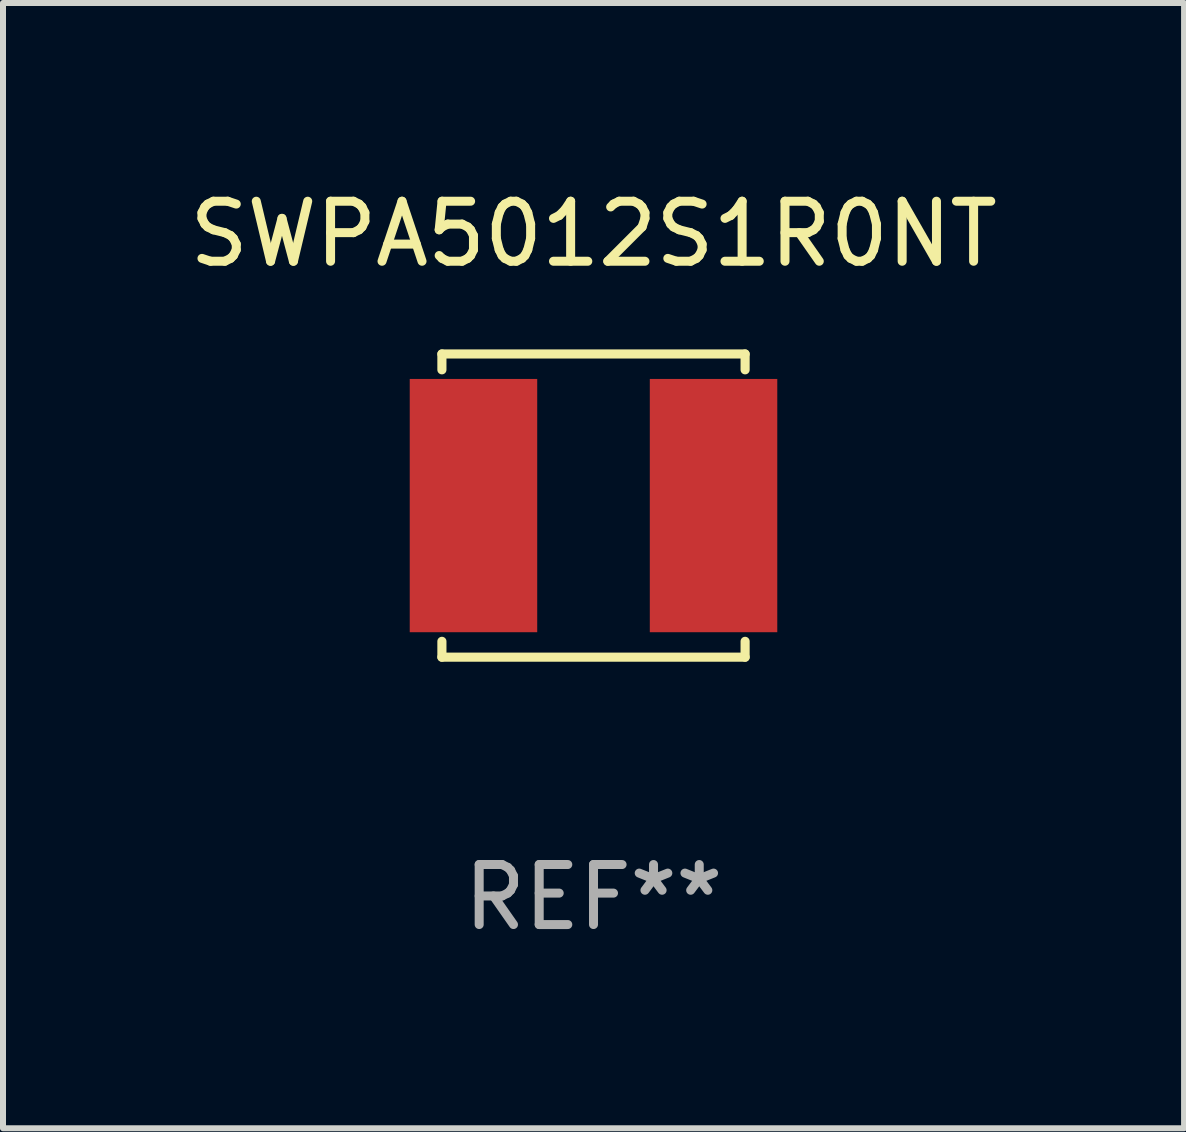
<source format=kicad_pcb>
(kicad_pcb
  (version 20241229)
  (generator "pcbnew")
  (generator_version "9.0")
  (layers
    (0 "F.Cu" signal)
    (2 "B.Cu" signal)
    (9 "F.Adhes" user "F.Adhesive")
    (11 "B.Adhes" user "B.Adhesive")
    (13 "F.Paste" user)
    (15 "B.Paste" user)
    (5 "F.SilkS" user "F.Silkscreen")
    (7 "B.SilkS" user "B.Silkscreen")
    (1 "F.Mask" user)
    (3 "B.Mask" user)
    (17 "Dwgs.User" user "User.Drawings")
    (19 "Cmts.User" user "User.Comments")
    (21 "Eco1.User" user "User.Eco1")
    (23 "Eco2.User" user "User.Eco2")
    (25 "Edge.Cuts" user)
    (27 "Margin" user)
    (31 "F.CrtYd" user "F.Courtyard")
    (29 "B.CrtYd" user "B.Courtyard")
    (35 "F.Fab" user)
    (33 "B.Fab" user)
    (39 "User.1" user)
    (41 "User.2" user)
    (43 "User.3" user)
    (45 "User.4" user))
  (footprint "SWPA5012S1R0NT"
    (layer "F.Cu")
    (at 6.839 5.374)
    (property "Reference" "SWPA5012S1R0NT" (at 0 -4.526 0) (layer "F.SilkS") (effects (font (size 1 1) (thickness 0.15))))
    (attr through_hole)
    (fp_line (start -2.526 -2.526) (end 2.526 -2.526) (stroke (width 0.152) (type solid)) (layer "F.SilkS"))
    (fp_line (start -2.526 -2.262) (end -2.526 -2.526) (stroke (width 0.152) (type solid)) (layer "F.SilkS"))
    (fp_line (start -2.526 2.262) (end -2.526 2.526) (stroke (width 0.152) (type solid)) (layer "F.SilkS"))
    (fp_line (start -2.526 2.526) (end 2.526 2.526) (stroke (width 0.152) (type solid)) (layer "F.SilkS"))
    (fp_line (start 2.526 -2.526) (end 2.526 -2.262) (stroke (width 0.152) (type solid)) (layer "F.SilkS"))
    (fp_line (start 2.526 2.526) (end 2.526 2.262) (stroke (width 0.152) (type solid)) (layer "F.SilkS"))
    (fp_circle (center 2.5 -2.5) (end 2.53 -2.5) (stroke (width 0.06) (type solid)) (fill no) (layer "F.SilkS"))
    (fp_text user "REF**" (at 0 6.526 0) (layer "F.Fab") (effects (font (size 1 1) (thickness 0.15))))
    (pad "1" smd rect (at 2 0) (size 2.124 4.22) (layers "F.Cu" "F.Mask" "F.Paste"))
    (pad "2" smd rect (at -2 0) (size 2.124 4.22) (layers "F.Cu" "F.Mask" "F.Paste")))
  (gr_rect
    (start -3 -3)
    (end 16.679 15.749)
    (stroke (width 0.1) (type default))
    (fill no)
    (layer "Edge.Cuts")))
</source>
